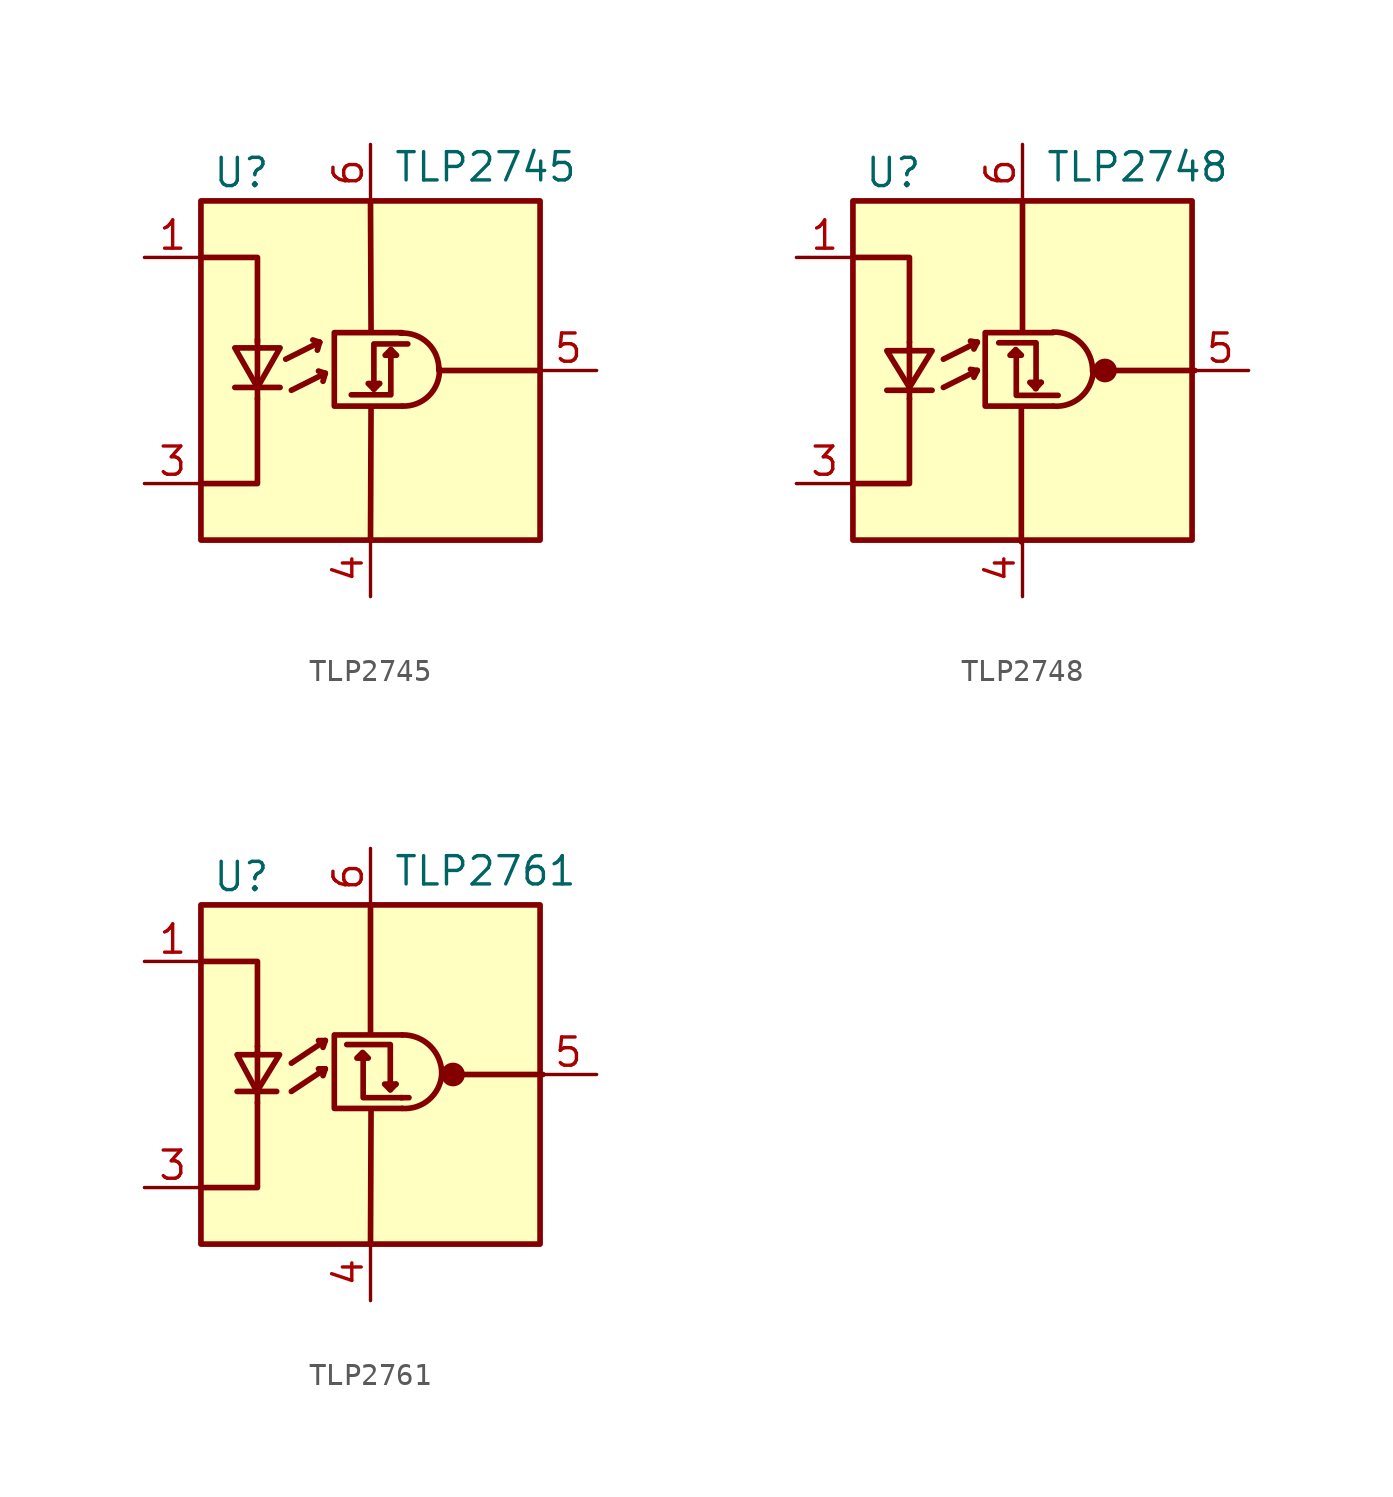
<source format=kicad_sym>
(kicad_symbol_lib
  (version 20200908)
  (generator kicad_symbol_editor)
  (symbol "Isolator:TLP2745"
    (pin_names
      (offset 1.016) hide)
    (property "Reference" "U"
      (at -7.112 8.89 0)
      (effects (font (size 1.27 1.27)) (justify left)))
    (property "Value" "TLP2745"
      (at 1.016 9.144 0)
      (effects (font (size 1.27 1.27)) (justify left)))
    (symbol "TLP2745_0_1"
      (arc (start 1.4224 -1.6002) (end 3.0988 0.0762) (radius (at 1.4478 0.0254) (length 1.6256) (angles -90.9 1.8)) (stroke (width 0.254)) (fill (type none)))
      (arc (start 1.3462 1.6764) (end 3.0734 0) (radius (at 1.4732 0.1016) (length 1.5748) (angles 94.6 -3.6)) (stroke (width 0.254)) (fill (type none)))
      (rectangle (start -7.62 7.62) (end 7.62 -7.62) (stroke (width 0.254)) (fill (type background)))
      (polyline (pts (xy -6.096 -0.762) (xy -4.064 -0.762)) (stroke (width 0.254)) (fill (type none)))
      (polyline (pts (xy -5.08 -0.762) (xy -5.08 -1.27)) (stroke (width 0.254)) (fill (type none)))
      (polyline (pts (xy -5.08 1.016) (xy -5.08 -0.762)) (stroke (width 0.254)) (fill (type none)))
      (polyline (pts (xy -5.08 1.016) (xy -5.08 1.397)) (stroke (width 0.254)) (fill (type none)))
      (polyline (pts (xy -3.81 0.508) (xy -2.286 1.27)) (stroke (width 0.254)) (fill (type none)))
      (polyline (pts (xy -3.556 -0.889) (xy -2.032 -0.127)) (stroke (width 0.254)) (fill (type none)))
      (polyline (pts (xy -2.286 1.27) (xy -2.591 1.372)) (stroke (width 0.254)) (fill (type none)))
      (polyline (pts (xy -2.286 1.27) (xy -2.388 0.914)) (stroke (width 0.254)) (fill (type none)))
      (polyline (pts (xy -2.032 -0.127) (xy -2.337 -0.025)) (stroke (width 0.254)) (fill (type none)))
      (polyline (pts (xy -2.032 -0.127) (xy -2.134 -0.483)) (stroke (width 0.254)) (fill (type none)))
      (polyline (pts (xy 0 -7.62) (xy 0.025 -1.651)) (stroke (width 0.254)) (fill (type none)))
      (polyline (pts (xy 0 7.595) (xy 0.025 1.778)) (stroke (width 0.254)) (fill (type none)))
      (polyline (pts (xy 7.595 0) (xy 3.15 0)) (stroke (width 0.254)) (fill (type none)))
      (polyline (pts (xy -7.62 -5.08) (xy -5.08 -5.08) (xy -5.08 -1.27)) (stroke (width 0.254)) (fill (type none)))
      (polyline (pts (xy -5.08 1.27) (xy -5.08 5.08) (xy -7.62 5.08)) (stroke (width 0.254)) (fill (type none)))
      (polyline (pts (xy 0.152 -0.838) (xy -0.102 -0.584) (xy 0.406 -0.584)) (stroke (width 0.254)) (fill (type none)))
      (polyline (pts (xy 0.914 0.94) (xy 0.914 -1.092) (xy -0.864 -1.092)) (stroke (width 0.254)) (fill (type none)))
      (polyline (pts (xy -6.096 1.016) (xy -4.064 1.016) (xy -5.08 -0.762) (xy -6.096 1.016)) (stroke (width 0.254)) (fill (type none)))
      (polyline (pts (xy 0.914 0.94) (xy 0.66 0.686) (xy 1.168 0.686) (xy 0.914 0.94)) (stroke (width 0.254)) (fill (type none)))
      (polyline (pts (xy 1.422 1.702) (xy -1.626 1.702) (xy -1.626 -1.6) (xy 1.422 -1.6)) (stroke (width 0.254)) (fill (type none)))
      (polyline (pts (xy 1.676 1.194) (xy 0.152 1.194) (xy 0.152 -0.838) (xy 0.406 -0.584)) (stroke (width 0.254)) (fill (type none))))
    (symbol "TLP2745_1_1"
      (pin passive line (at -10.16 5.08 0) (length 2.54) (name "A" (effects (font (size 1.27 1.27)))) (number "1" (effects (font (size 1.27 1.27)))))
      (pin unconnected line (at -7.62 0 0) (length 2.54) hide (name "NC" (effects (font (size 1.27 1.27)))) (number "2" (effects (font (size 1.27 1.27)))))
      (pin passive line (at -10.16 -5.08 0) (length 2.54) (name "K" (effects (font (size 1.27 1.27)))) (number "3" (effects (font (size 1.27 1.27)))))
      (pin power_in line (at 0 -10.16 90) (length 2.54) (name "GND" (effects (font (size 1.27 1.27)))) (number "4" (effects (font (size 1.27 1.27)))))
      (pin output line (at 10.16 0 180) (length 2.54) (name "VO" (effects (font (size 1.27 1.27)))) (number "5" (effects (font (size 1.27 1.27)))))
      (pin power_in line (at 0 10.16 270) (length 2.54) (name "VDD" (effects (font (size 1.27 1.27)))) (number "6" (effects (font (size 1.27 1.27)))))))
  (symbol "Isolator:TLP2748"
    (pin_names
      (offset 1.016) hide)
    (property "Reference" "U"
      (at -7.112 8.89 0)
      (effects (font (size 1.27 1.27)) (justify left)))
    (property "Value" "TLP2748"
      (at 1.016 9.144 0)
      (effects (font (size 1.27 1.27)) (justify left)))
    (symbol "TLP2748_0_1"
      (arc (start 3.1496 -0.0508) (end 1.3716 1.7272) (radius (at 1.397 -0.0508) (length 1.7526) (angles 0 90.8)) (stroke (width 0.254)) (fill (type none)))
      (arc (start 3.175 -0.0762) (end 1.397 -1.6002) (radius (at 1.524 0.0508) (length 1.651) (angles -4.4 -94.4)) (stroke (width 0.254)) (fill (type none)))
      (circle (center 3.708 0) (radius 0.457) (stroke (width 0)) (fill (type outline)))
      (rectangle (start -7.62 7.62) (end 7.62 -7.62) (stroke (width 0.254)) (fill (type background)))
      (polyline (pts (xy -6.096 -0.889) (xy -4.064 -0.889)) (stroke (width 0.254)) (fill (type none)))
      (polyline (pts (xy -5.08 -1.27) (xy -5.08 -0.914)) (stroke (width 0.254)) (fill (type none)))
      (polyline (pts (xy -5.08 1.016) (xy -5.08 -0.762)) (stroke (width 0.254)) (fill (type none)))
      (polyline (pts (xy -5.08 1.27) (xy -5.08 0.914)) (stroke (width 0.254)) (fill (type none)))
      (polyline (pts (xy -3.556 -0.762) (xy -2.032 0)) (stroke (width 0.254)) (fill (type none)))
      (polyline (pts (xy -3.556 0.508) (xy -2.032 1.27)) (stroke (width 0.254)) (fill (type none)))
      (polyline (pts (xy -2.032 0) (xy -2.337 0.051)) (stroke (width 0.254)) (fill (type none)))
      (polyline (pts (xy -2.032 0) (xy -2.184 -0.305)) (stroke (width 0.254)) (fill (type none)))
      (polyline (pts (xy -2.032 1.27) (xy -2.337 1.321)) (stroke (width 0.254)) (fill (type none)))
      (polyline (pts (xy -2.032 1.27) (xy -2.184 0.965)) (stroke (width 0.254)) (fill (type none)))
      (polyline (pts (xy -0.051 -7.696) (xy -0.051 -1.727)) (stroke (width 0.254)) (fill (type none)))
      (polyline (pts (xy 0 7.645) (xy 0 1.803)) (stroke (width 0.254)) (fill (type none)))
      (polyline (pts (xy 0.838 -0.533) (xy 0.584 -0.813)) (stroke (width 0.254)) (fill (type none)))
      (polyline (pts (xy 7.747 0) (xy 4.064 0)) (stroke (width 0.254)) (fill (type none)))
      (polyline (pts (xy -7.62 -5.08) (xy -5.08 -5.08) (xy -5.08 -1.27)) (stroke (width 0.254)) (fill (type none)))
      (polyline (pts (xy -5.08 1.27) (xy -5.08 5.08) (xy -7.62 5.08)) (stroke (width 0.254)) (fill (type none)))
      (polyline (pts (xy -0.279 0.66) (xy -0.279 -1.118) (xy 1.6 -1.118)) (stroke (width 0.254)) (fill (type none)))
      (polyline (pts (xy 0.584 -0.787) (xy 0.33 -0.533) (xy 0.838 -0.533)) (stroke (width 0.254)) (fill (type none)))
      (polyline (pts (xy 0.61 -0.813) (xy 0.61 1.245) (xy -1.067 1.245)) (stroke (width 0.254)) (fill (type none)))
      (polyline (pts (xy -6.096 0.889) (xy -4.064 0.889) (xy -5.08 -0.762) (xy -6.096 0.889)) (stroke (width 0.254)) (fill (type none)))
      (polyline (pts (xy -0.305 0.94) (xy -0.559 0.686) (xy -0.051 0.686) (xy -0.305 0.94)) (stroke (width 0.254)) (fill (type none)))
      (polyline (pts (xy 1.372 1.702) (xy -1.676 1.702) (xy -1.676 -1.6) (xy 1.372 -1.6)) (stroke (width 0.254)) (fill (type none))))
    (symbol "TLP2748_1_1"
      (pin passive line (at -10.16 5.08 0) (length 2.54) (name "A" (effects (font (size 1.27 1.27)))) (number "1" (effects (font (size 1.27 1.27)))))
      (pin unconnected line (at -7.62 0 0) (length 2.54) hide (name "NC" (effects (font (size 1.27 1.27)))) (number "2" (effects (font (size 1.27 1.27)))))
      (pin passive line (at -10.16 -5.08 0) (length 2.54) (name "K" (effects (font (size 1.27 1.27)))) (number "3" (effects (font (size 1.27 1.27)))))
      (pin power_in line (at 0 -10.16 90) (length 2.54) (name "GND" (effects (font (size 1.27 1.27)))) (number "4" (effects (font (size 1.27 1.27)))))
      (pin output line (at 10.16 0 180) (length 2.54) (name "VO" (effects (font (size 1.27 1.27)))) (number "5" (effects (font (size 1.27 1.27)))))
      (pin power_in line (at 0 10.16 270) (length 2.54) (name "VDD" (effects (font (size 1.27 1.27)))) (number "6" (effects (font (size 1.27 1.27)))))))
  (symbol "Isolator:TLP2761"
    (pin_names
      (offset 1.016) hide)
    (property "Reference" "U"
      (at -7.112 8.89 0)
      (effects (font (size 1.27 1.27)) (justify left)))
    (property "Value" "TLP2761"
      (at 1.016 9.144 0)
      (effects (font (size 1.27 1.27)) (justify left)))
    (symbol "TLP2761_0_1"
      (arc (start 3.2004 0) (end 1.4224 1.778) (radius (at 1.4478 0) (length 1.7526) (angles 0 90.8)) (stroke (width 0.254)) (fill (type none)))
      (arc (start 3.2004 0) (end 1.4224 -1.524) (radius (at 1.5494 0.127) (length 1.651) (angles -4.4 -94.4)) (stroke (width 0.254)) (fill (type none)))
      (circle (center 3.708 0) (radius 0.457) (stroke (width 0)) (fill (type outline)))
      (rectangle (start -7.62 7.62) (end 7.62 -7.62) (stroke (width 0.254)) (fill (type background)))
      (polyline (pts (xy -5.994 -0.762) (xy -4.216 -0.762)) (stroke (width 0.254)) (fill (type none)))
      (polyline (pts (xy -5.08 -1.27) (xy -5.08 -0.762)) (stroke (width 0.254)) (fill (type none)))
      (polyline (pts (xy -5.08 1.016) (xy -5.08 -0.762)) (stroke (width 0.254)) (fill (type none)))
      (polyline (pts (xy -5.08 1.27) (xy -5.08 1.016)) (stroke (width 0.254)) (fill (type none)))
      (polyline (pts (xy -3.556 -0.762) (xy -2.032 0.254)) (stroke (width 0.254)) (fill (type none)))
      (polyline (pts (xy -3.556 0.508) (xy -2.032 1.524)) (stroke (width 0.254)) (fill (type none)))
      (polyline (pts (xy -2.032 0.254) (xy -2.337 0.254)) (stroke (width 0.254)) (fill (type none)))
      (polyline (pts (xy -2.032 0.254) (xy -2.134 -0.051)) (stroke (width 0.254)) (fill (type none)))
      (polyline (pts (xy -2.032 1.524) (xy -2.337 1.524)) (stroke (width 0.254)) (fill (type none)))
      (polyline (pts (xy -2.032 1.524) (xy -2.134 1.219)) (stroke (width 0.254)) (fill (type none)))
      (polyline (pts (xy 0 -7.62) (xy 0.025 -1.549)) (stroke (width 0.254)) (fill (type none)))
      (polyline (pts (xy 0 7.645) (xy 0 1.854)) (stroke (width 0.254)) (fill (type none)))
      (polyline (pts (xy 0.889 -0.686) (xy 1.143 -0.432)) (stroke (width 0.254)) (fill (type none)))
      (polyline (pts (xy 1.372 -1.041) (xy 1.727 -1.041)) (stroke (width 0.254)) (fill (type none)))
      (polyline (pts (xy 4.14 0) (xy 7.747 0)) (stroke (width 0.254)) (fill (type none)))
      (polyline (pts (xy -7.62 -5.08) (xy -5.08 -5.08) (xy -5.08 -1.27)) (stroke (width 0.254)) (fill (type none)))
      (polyline (pts (xy -5.08 1.27) (xy -5.08 5.08) (xy -7.62 5.08)) (stroke (width 0.254)) (fill (type none)))
      (polyline (pts (xy -0.33 0.686) (xy -0.33 -1.041) (xy 1.422 -1.041)) (stroke (width 0.254)) (fill (type none)))
      (polyline (pts (xy 0.889 -0.686) (xy 0.635 -0.432) (xy 1.143 -0.432)) (stroke (width 0.254)) (fill (type none)))
      (polyline (pts (xy 0.889 -0.381) (xy 0.889 1.346) (xy -1.067 1.346)) (stroke (width 0.254)) (fill (type none)))
      (polyline (pts (xy -5.994 0.889) (xy -4.089 0.889) (xy -5.105 -0.762) (xy -5.994 0.889)) (stroke (width 0.254)) (fill (type none)))
      (polyline (pts (xy -0.356 0.991) (xy -0.61 0.737) (xy -0.102 0.737) (xy -0.356 0.991)) (stroke (width 0.254)) (fill (type none)))
      (polyline (pts (xy 1.422 1.778) (xy -1.626 1.778) (xy -1.626 -1.524) (xy 1.422 -1.524)) (stroke (width 0.254)) (fill (type none))))
    (symbol "TLP2761_1_1"
      (pin passive line (at -10.16 5.08 0) (length 2.54) (name "A" (effects (font (size 1.27 1.27)))) (number "1" (effects (font (size 1.27 1.27)))))
      (pin unconnected line (at -7.62 0 0) (length 2.54) hide (name "NC" (effects (font (size 1.27 1.27)))) (number "2" (effects (font (size 1.27 1.27)))))
      (pin passive line (at -10.16 -5.08 0) (length 2.54) (name "K" (effects (font (size 1.27 1.27)))) (number "3" (effects (font (size 1.27 1.27)))))
      (pin power_in line (at 0 -10.16 90) (length 2.54) (name "GND" (effects (font (size 1.27 1.27)))) (number "4" (effects (font (size 1.27 1.27)))))
      (pin output line (at 10.16 0 180) (length 2.54) (name "VO" (effects (font (size 1.27 1.27)))) (number "5" (effects (font (size 1.27 1.27)))))
      (pin power_in line (at 0 10.16 270) (length 2.54) (name "VDD" (effects (font (size 1.27 1.27)))) (number "6" (effects (font (size 1.27 1.27))))))))
</source>
